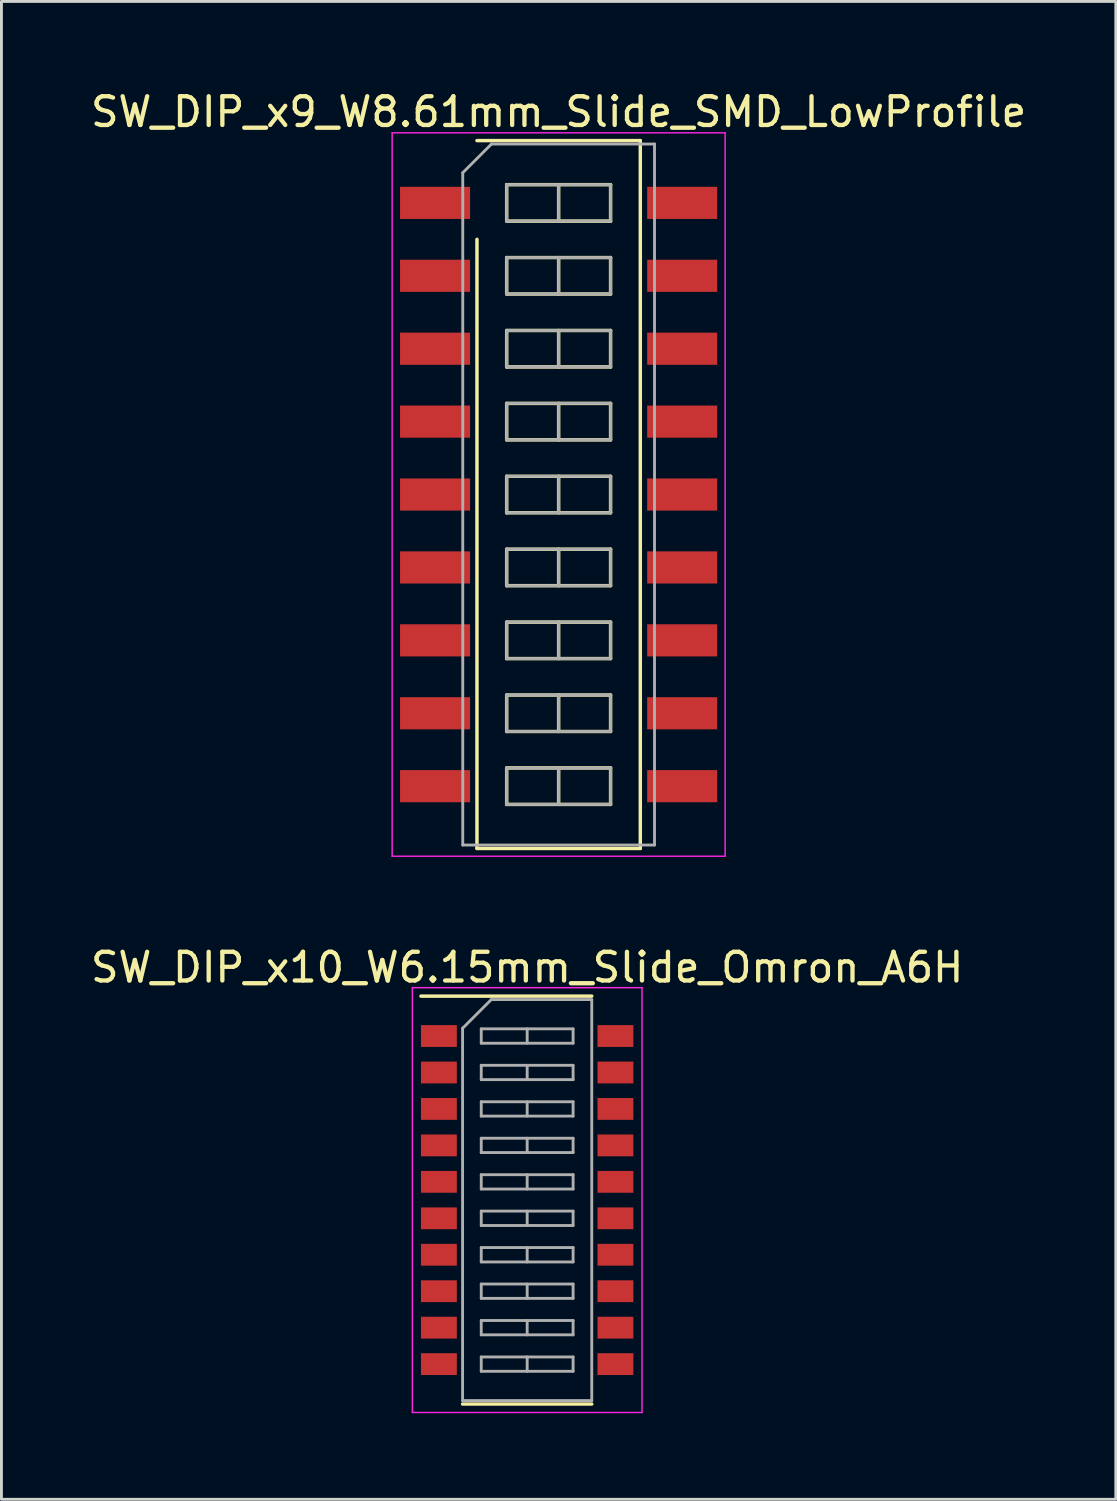
<source format=kicad_pcb>
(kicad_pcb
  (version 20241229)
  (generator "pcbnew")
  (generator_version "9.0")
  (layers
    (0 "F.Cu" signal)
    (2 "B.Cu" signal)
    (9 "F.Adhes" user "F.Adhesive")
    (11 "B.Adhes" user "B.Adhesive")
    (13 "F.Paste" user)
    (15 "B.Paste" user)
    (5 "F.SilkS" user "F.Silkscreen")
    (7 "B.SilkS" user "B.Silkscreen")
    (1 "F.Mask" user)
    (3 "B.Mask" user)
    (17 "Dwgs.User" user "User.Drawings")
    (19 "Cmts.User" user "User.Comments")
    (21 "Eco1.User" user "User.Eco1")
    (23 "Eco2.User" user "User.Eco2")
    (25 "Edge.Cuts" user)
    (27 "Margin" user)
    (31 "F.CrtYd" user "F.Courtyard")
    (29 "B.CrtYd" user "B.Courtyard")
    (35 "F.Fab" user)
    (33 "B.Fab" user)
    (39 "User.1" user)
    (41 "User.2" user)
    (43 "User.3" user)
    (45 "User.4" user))
  (footprint "SW_DIP_x10_W6.15mm_Slide_Omron_A6H"
    (layer "F.Cu")
    (at 15.315 38.757)
    (property "Reference" "SW_DIP_x10_W6.15mm_Slide_Omron_A6H" (at 0 -8.105 0) (layer "F.SilkS") (effects (font (size 1 1) (thickness 0.15))))
    (attr smd)
    (fp_line (start -3.7 -7.105) (end 2.25 -7.105) (stroke (width 0.12) (type solid)) (layer "F.SilkS"))
    (fp_line (start -2.25 7.105) (end 2.25 7.105) (stroke (width 0.12) (type solid)) (layer "F.SilkS"))
    (fp_line (start -4 -7.4) (end -4 7.4) (stroke (width 0.05) (type solid)) (layer "F.CrtYd"))
    (fp_line (start -4 7.4) (end 4 7.4) (stroke (width 0.05) (type solid)) (layer "F.CrtYd"))
    (fp_line (start 4 -7.4) (end -4 -7.4) (stroke (width 0.05) (type solid)) (layer "F.CrtYd"))
    (fp_line (start 4 7.4) (end 4 -7.4) (stroke (width 0.05) (type solid)) (layer "F.CrtYd"))
    (fp_line (start -2.25 -5.985) (end -1.25 -6.985) (stroke (width 0.1) (type solid)) (layer "F.Fab"))
    (fp_line (start -2.25 6.985) (end -2.25 -5.985) (stroke (width 0.1) (type solid)) (layer "F.Fab"))
    (fp_line (start -1.6 -5.965) (end -1.6 -5.465) (stroke (width 0.1) (type solid)) (layer "F.Fab"))
    (fp_line (start -1.6 -5.465) (end 1.6 -5.465) (stroke (width 0.1) (type solid)) (layer "F.Fab"))
    (fp_line (start -1.6 -4.695) (end -1.6 -4.195) (stroke (width 0.1) (type solid)) (layer "F.Fab"))
    (fp_line (start -1.6 -4.195) (end 1.6 -4.195) (stroke (width 0.1) (type solid)) (layer "F.Fab"))
    (fp_line (start -1.6 -3.425) (end -1.6 -2.925) (stroke (width 0.1) (type solid)) (layer "F.Fab"))
    (fp_line (start -1.6 -2.925) (end 1.6 -2.925) (stroke (width 0.1) (type solid)) (layer "F.Fab"))
    (fp_line (start -1.6 -2.155) (end -1.6 -1.655) (stroke (width 0.1) (type solid)) (layer "F.Fab"))
    (fp_line (start -1.6 -1.655) (end 1.6 -1.655) (stroke (width 0.1) (type solid)) (layer "F.Fab"))
    (fp_line (start -1.6 -0.885) (end -1.6 -0.385) (stroke (width 0.1) (type solid)) (layer "F.Fab"))
    (fp_line (start -1.6 -0.385) (end 1.6 -0.385) (stroke (width 0.1) (type solid)) (layer "F.Fab"))
    (fp_line (start -1.6 0.385) (end -1.6 0.885) (stroke (width 0.1) (type solid)) (layer "F.Fab"))
    (fp_line (start -1.6 0.885) (end 1.6 0.885) (stroke (width 0.1) (type solid)) (layer "F.Fab"))
    (fp_line (start -1.6 1.655) (end -1.6 2.155) (stroke (width 0.1) (type solid)) (layer "F.Fab"))
    (fp_line (start -1.6 2.155) (end 1.6 2.155) (stroke (width 0.1) (type solid)) (layer "F.Fab"))
    (fp_line (start -1.6 2.925) (end -1.6 3.425) (stroke (width 0.1) (type solid)) (layer "F.Fab"))
    (fp_line (start -1.6 3.425) (end 1.6 3.425) (stroke (width 0.1) (type solid)) (layer "F.Fab"))
    (fp_line (start -1.6 4.195) (end -1.6 4.695) (stroke (width 0.1) (type solid)) (layer "F.Fab"))
    (fp_line (start -1.6 4.695) (end 1.6 4.695) (stroke (width 0.1) (type solid)) (layer "F.Fab"))
    (fp_line (start -1.6 5.465) (end -1.6 5.965) (stroke (width 0.1) (type solid)) (layer "F.Fab"))
    (fp_line (start -1.6 5.965) (end 1.6 5.965) (stroke (width 0.1) (type solid)) (layer "F.Fab"))
    (fp_line (start -1.25 -6.985) (end 2.25 -6.985) (stroke (width 0.1) (type solid)) (layer "F.Fab"))
    (fp_line (start 0 -5.965) (end 0 -5.465) (stroke (width 0.1) (type solid)) (layer "F.Fab"))
    (fp_line (start 0 -4.695) (end 0 -4.195) (stroke (width 0.1) (type solid)) (layer "F.Fab"))
    (fp_line (start 0 -3.425) (end 0 -2.925) (stroke (width 0.1) (type solid)) (layer "F.Fab"))
    (fp_line (start 0 -2.155) (end 0 -1.655) (stroke (width 0.1) (type solid)) (layer "F.Fab"))
    (fp_line (start 0 -0.885) (end 0 -0.385) (stroke (width 0.1) (type solid)) (layer "F.Fab"))
    (fp_line (start 0 0.385) (end 0 0.885) (stroke (width 0.1) (type solid)) (layer "F.Fab"))
    (fp_line (start 0 1.655) (end 0 2.155) (stroke (width 0.1) (type solid)) (layer "F.Fab"))
    (fp_line (start 0 2.925) (end 0 3.425) (stroke (width 0.1) (type solid)) (layer "F.Fab"))
    (fp_line (start 0 4.195) (end 0 4.695) (stroke (width 0.1) (type solid)) (layer "F.Fab"))
    (fp_line (start 0 5.465) (end 0 5.965) (stroke (width 0.1) (type solid)) (layer "F.Fab"))
    (fp_line (start 1.6 -5.965) (end -1.6 -5.965) (stroke (width 0.1) (type solid)) (layer "F.Fab"))
    (fp_line (start 1.6 -5.465) (end 1.6 -5.965) (stroke (width 0.1) (type solid)) (layer "F.Fab"))
    (fp_line (start 1.6 -4.695) (end -1.6 -4.695) (stroke (width 0.1) (type solid)) (layer "F.Fab"))
    (fp_line (start 1.6 -4.195) (end 1.6 -4.695) (stroke (width 0.1) (type solid)) (layer "F.Fab"))
    (fp_line (start 1.6 -3.425) (end -1.6 -3.425) (stroke (width 0.1) (type solid)) (layer "F.Fab"))
    (fp_line (start 1.6 -2.925) (end 1.6 -3.425) (stroke (width 0.1) (type solid)) (layer "F.Fab"))
    (fp_line (start 1.6 -2.155) (end -1.6 -2.155) (stroke (width 0.1) (type solid)) (layer "F.Fab"))
    (fp_line (start 1.6 -1.655) (end 1.6 -2.155) (stroke (width 0.1) (type solid)) (layer "F.Fab"))
    (fp_line (start 1.6 -0.885) (end -1.6 -0.885) (stroke (width 0.1) (type solid)) (layer "F.Fab"))
    (fp_line (start 1.6 -0.385) (end 1.6 -0.885) (stroke (width 0.1) (type solid)) (layer "F.Fab"))
    (fp_line (start 1.6 0.385) (end -1.6 0.385) (stroke (width 0.1) (type solid)) (layer "F.Fab"))
    (fp_line (start 1.6 0.885) (end 1.6 0.385) (stroke (width 0.1) (type solid)) (layer "F.Fab"))
    (fp_line (start 1.6 1.655) (end -1.6 1.655) (stroke (width 0.1) (type solid)) (layer "F.Fab"))
    (fp_line (start 1.6 2.155) (end 1.6 1.655) (stroke (width 0.1) (type solid)) (layer "F.Fab"))
    (fp_line (start 1.6 2.925) (end -1.6 2.925) (stroke (width 0.1) (type solid)) (layer "F.Fab"))
    (fp_line (start 1.6 3.425) (end 1.6 2.925) (stroke (width 0.1) (type solid)) (layer "F.Fab"))
    (fp_line (start 1.6 4.195) (end -1.6 4.195) (stroke (width 0.1) (type solid)) (layer "F.Fab"))
    (fp_line (start 1.6 4.695) (end 1.6 4.195) (stroke (width 0.1) (type solid)) (layer "F.Fab"))
    (fp_line (start 1.6 5.465) (end -1.6 5.465) (stroke (width 0.1) (type solid)) (layer "F.Fab"))
    (fp_line (start 1.6 5.965) (end 1.6 5.465) (stroke (width 0.1) (type solid)) (layer "F.Fab"))
    (fp_line (start 2.25 -6.985) (end 2.25 6.985) (stroke (width 0.1) (type solid)) (layer "F.Fab"))
    (fp_line (start 2.25 6.985) (end -2.25 6.985) (stroke (width 0.1) (type solid)) (layer "F.Fab"))
    (pad "1" smd rect (at -3.075 -5.715) (size 1.25 0.76) (layers "F.Cu" "F.Mask"))
    (pad "2" smd rect (at -3.075 -4.445) (size 1.25 0.76) (layers "F.Cu" "F.Mask"))
    (pad "3" smd rect (at -3.075 -3.175) (size 1.25 0.76) (layers "F.Cu" "F.Mask"))
    (pad "4" smd rect (at -3.075 -1.905) (size 1.25 0.76) (layers "F.Cu" "F.Mask"))
    (pad "5" smd rect (at -3.075 -0.635) (size 1.25 0.76) (layers "F.Cu" "F.Mask"))
    (pad "6" smd rect (at -3.075 0.635) (size 1.25 0.76) (layers "F.Cu" "F.Mask"))
    (pad "7" smd rect (at -3.075 1.905) (size 1.25 0.76) (layers "F.Cu" "F.Mask"))
    (pad "8" smd rect (at -3.075 3.175) (size 1.25 0.76) (layers "F.Cu" "F.Mask"))
    (pad "9" smd rect (at -3.075 4.445) (size 1.25 0.76) (layers "F.Cu" "F.Mask"))
    (pad "10" smd rect (at -3.075 5.715) (size 1.25 0.76) (layers "F.Cu" "F.Mask"))
    (pad "11" smd rect (at 3.075 5.715) (size 1.25 0.76) (layers "F.Cu" "F.Mask"))
    (pad "12" smd rect (at 3.075 4.445) (size 1.25 0.76) (layers "F.Cu" "F.Mask"))
    (pad "13" smd rect (at 3.075 3.175) (size 1.25 0.76) (layers "F.Cu" "F.Mask"))
    (pad "14" smd rect (at 3.075 1.905) (size 1.25 0.76) (layers "F.Cu" "F.Mask"))
    (pad "15" smd rect (at 3.075 0.635) (size 1.25 0.76) (layers "F.Cu" "F.Mask"))
    (pad "16" smd rect (at 3.075 -0.635) (size 1.25 0.76) (layers "F.Cu" "F.Mask"))
    (pad "17" smd rect (at 3.075 -1.905) (size 1.25 0.76) (layers "F.Cu" "F.Mask"))
    (pad "18" smd rect (at 3.075 -3.175) (size 1.25 0.76) (layers "F.Cu" "F.Mask"))
    (pad "19" smd rect (at 3.075 -4.445) (size 1.25 0.76) (layers "F.Cu" "F.Mask"))
    (pad "20" smd rect (at 3.075 -5.715) (size 1.25 0.76) (layers "F.Cu" "F.Mask")))
  (footprint "SW_DIP_x9_W8.61mm_Slide_SMD_LowProfile"
    (layer "F.Cu")
    (at 16.411 14.178)
    (property "Reference" "SW_DIP_x9_W8.61mm_Slide_SMD_LowProfile" (at 0 -13.33 0) (layer "F.SilkS") (effects (font (size 1 1) (thickness 0.15))))
    (attr smd)
    (fp_line (start -2.845 -12.33) (end 2.845 -12.33) (stroke (width 0.12) (type solid)) (layer "F.SilkS"))
    (fp_line (start -2.845 12.33) (end -2.845 -8.89) (stroke (width 0.12) (type solid)) (layer "F.SilkS"))
    (fp_line (start -1.81 -10.795) (end -1.81 -9.525) (stroke (width 0.12) (type solid)) (layer "F.SilkS"))
    (fp_line (start -1.81 -9.525) (end 1.81 -9.525) (stroke (width 0.12) (type solid)) (layer "F.SilkS"))
    (fp_line (start -1.81 -8.255) (end -1.81 -6.985) (stroke (width 0.12) (type solid)) (layer "F.SilkS"))
    (fp_line (start -1.81 -6.985) (end 1.81 -6.985) (stroke (width 0.12) (type solid)) (layer "F.SilkS"))
    (fp_line (start -1.81 -5.715) (end -1.81 -4.445) (stroke (width 0.12) (type solid)) (layer "F.SilkS"))
    (fp_line (start -1.81 -4.445) (end 1.81 -4.445) (stroke (width 0.12) (type solid)) (layer "F.SilkS"))
    (fp_line (start -1.81 -3.175) (end -1.81 -1.905) (stroke (width 0.12) (type solid)) (layer "F.SilkS"))
    (fp_line (start -1.81 -1.905) (end 1.81 -1.905) (stroke (width 0.12) (type solid)) (layer "F.SilkS"))
    (fp_line (start -1.81 -0.635) (end -1.81 0.635) (stroke (width 0.12) (type solid)) (layer "F.SilkS"))
    (fp_line (start -1.81 0.635) (end 1.81 0.635) (stroke (width 0.12) (type solid)) (layer "F.SilkS"))
    (fp_line (start -1.81 1.905) (end -1.81 3.175) (stroke (width 0.12) (type solid)) (layer "F.SilkS"))
    (fp_line (start -1.81 3.175) (end 1.81 3.175) (stroke (width 0.12) (type solid)) (layer "F.SilkS"))
    (fp_line (start -1.81 4.445) (end -1.81 5.715) (stroke (width 0.12) (type solid)) (layer "F.SilkS"))
    (fp_line (start -1.81 5.715) (end 1.81 5.715) (stroke (width 0.12) (type solid)) (layer "F.SilkS"))
    (fp_line (start -1.81 6.985) (end -1.81 8.255) (stroke (width 0.12) (type solid)) (layer "F.SilkS"))
    (fp_line (start -1.81 8.255) (end 1.81 8.255) (stroke (width 0.12) (type solid)) (layer "F.SilkS"))
    (fp_line (start -1.81 9.525) (end -1.81 10.795) (stroke (width 0.12) (type solid)) (layer "F.SilkS"))
    (fp_line (start -1.81 10.795) (end 1.81 10.795) (stroke (width 0.12) (type solid)) (layer "F.SilkS"))
    (fp_line (start 0 -10.795) (end 0 -9.525) (stroke (width 0.12) (type solid)) (layer "F.SilkS"))
    (fp_line (start 0 -8.255) (end 0 -6.985) (stroke (width 0.12) (type solid)) (layer "F.SilkS"))
    (fp_line (start 0 -5.715) (end 0 -4.445) (stroke (width 0.12) (type solid)) (layer "F.SilkS"))
    (fp_line (start 0 -3.175) (end 0 -1.905) (stroke (width 0.12) (type solid)) (layer "F.SilkS"))
    (fp_line (start 0 -0.635) (end 0 0.635) (stroke (width 0.12) (type solid)) (layer "F.SilkS"))
    (fp_line (start 0 1.905) (end 0 3.175) (stroke (width 0.12) (type solid)) (layer "F.SilkS"))
    (fp_line (start 0 4.445) (end 0 5.715) (stroke (width 0.12) (type solid)) (layer "F.SilkS"))
    (fp_line (start 0 6.985) (end 0 8.255) (stroke (width 0.12) (type solid)) (layer "F.SilkS"))
    (fp_line (start 0 9.525) (end 0 10.795) (stroke (width 0.12) (type solid)) (layer "F.SilkS"))
    (fp_line (start 1.81 -10.795) (end -1.81 -10.795) (stroke (width 0.12) (type solid)) (layer "F.SilkS"))
    (fp_line (start 1.81 -9.525) (end 1.81 -10.795) (stroke (width 0.12) (type solid)) (layer "F.SilkS"))
    (fp_line (start 1.81 -8.255) (end -1.81 -8.255) (stroke (width 0.12) (type solid)) (layer "F.SilkS"))
    (fp_line (start 1.81 -6.985) (end 1.81 -8.255) (stroke (width 0.12) (type solid)) (layer "F.SilkS"))
    (fp_line (start 1.81 -5.715) (end -1.81 -5.715) (stroke (width 0.12) (type solid)) (layer "F.SilkS"))
    (fp_line (start 1.81 -4.445) (end 1.81 -5.715) (stroke (width 0.12) (type solid)) (layer "F.SilkS"))
    (fp_line (start 1.81 -3.175) (end -1.81 -3.175) (stroke (width 0.12) (type solid)) (layer "F.SilkS"))
    (fp_line (start 1.81 -1.905) (end 1.81 -3.175) (stroke (width 0.12) (type solid)) (layer "F.SilkS"))
    (fp_line (start 1.81 -0.635) (end -1.81 -0.635) (stroke (width 0.12) (type solid)) (layer "F.SilkS"))
    (fp_line (start 1.81 0.635) (end 1.81 -0.635) (stroke (width 0.12) (type solid)) (layer "F.SilkS"))
    (fp_line (start 1.81 1.905) (end -1.81 1.905) (stroke (width 0.12) (type solid)) (layer "F.SilkS"))
    (fp_line (start 1.81 3.175) (end 1.81 1.905) (stroke (width 0.12) (type solid)) (layer "F.SilkS"))
    (fp_line (start 1.81 4.445) (end -1.81 4.445) (stroke (width 0.12) (type solid)) (layer "F.SilkS"))
    (fp_line (start 1.81 5.715) (end 1.81 4.445) (stroke (width 0.12) (type solid)) (layer "F.SilkS"))
    (fp_line (start 1.81 6.985) (end -1.81 6.985) (stroke (width 0.12) (type solid)) (layer "F.SilkS"))
    (fp_line (start 1.81 8.255) (end 1.81 6.985) (stroke (width 0.12) (type solid)) (layer "F.SilkS"))
    (fp_line (start 1.81 9.525) (end -1.81 9.525) (stroke (width 0.12) (type solid)) (layer "F.SilkS"))
    (fp_line (start 1.81 10.795) (end 1.81 9.525) (stroke (width 0.12) (type solid)) (layer "F.SilkS"))
    (fp_line (start 2.845 -12.33) (end 2.845 12.33) (stroke (width 0.12) (type solid)) (layer "F.SilkS"))
    (fp_line (start 2.845 12.33) (end -2.845 12.33) (stroke (width 0.12) (type solid)) (layer "F.SilkS"))
    (fp_line (start -5.8 -12.6) (end -5.8 12.6) (stroke (width 0.05) (type solid)) (layer "F.CrtYd"))
    (fp_line (start -5.8 12.6) (end 5.8 12.6) (stroke (width 0.05) (type solid)) (layer "F.CrtYd"))
    (fp_line (start 5.8 -12.6) (end -5.8 -12.6) (stroke (width 0.05) (type solid)) (layer "F.CrtYd"))
    (fp_line (start 5.8 12.6) (end 5.8 -12.6) (stroke (width 0.05) (type solid)) (layer "F.CrtYd"))
    (fp_line (start -3.34 -11.21) (end -2.34 -12.21) (stroke (width 0.1) (type solid)) (layer "F.Fab"))
    (fp_line (start -3.34 12.21) (end -3.34 -11.21) (stroke (width 0.1) (type solid)) (layer "F.Fab"))
    (fp_line (start -2.34 -12.21) (end 3.34 -12.21) (stroke (width 0.1) (type solid)) (layer "F.Fab"))
    (fp_line (start -1.81 -10.795) (end -1.81 -9.525) (stroke (width 0.1) (type solid)) (layer "F.Fab"))
    (fp_line (start -1.81 -9.525) (end 1.81 -9.525) (stroke (width 0.1) (type solid)) (layer "F.Fab"))
    (fp_line (start -1.81 -8.255) (end -1.81 -6.985) (stroke (width 0.1) (type solid)) (layer "F.Fab"))
    (fp_line (start -1.81 -6.985) (end 1.81 -6.985) (stroke (width 0.1) (type solid)) (layer "F.Fab"))
    (fp_line (start -1.81 -5.715) (end -1.81 -4.445) (stroke (width 0.1) (type solid)) (layer "F.Fab"))
    (fp_line (start -1.81 -4.445) (end 1.81 -4.445) (stroke (width 0.1) (type solid)) (layer "F.Fab"))
    (fp_line (start -1.81 -3.175) (end -1.81 -1.905) (stroke (width 0.1) (type solid)) (layer "F.Fab"))
    (fp_line (start -1.81 -1.905) (end 1.81 -1.905) (stroke (width 0.1) (type solid)) (layer "F.Fab"))
    (fp_line (start -1.81 -0.635) (end -1.81 0.635) (stroke (width 0.1) (type solid)) (layer "F.Fab"))
    (fp_line (start -1.81 0.635) (end 1.81 0.635) (stroke (width 0.1) (type solid)) (layer "F.Fab"))
    (fp_line (start -1.81 1.905) (end -1.81 3.175) (stroke (width 0.1) (type solid)) (layer "F.Fab"))
    (fp_line (start -1.81 3.175) (end 1.81 3.175) (stroke (width 0.1) (type solid)) (layer "F.Fab"))
    (fp_line (start -1.81 4.445) (end -1.81 5.715) (stroke (width 0.1) (type solid)) (layer "F.Fab"))
    (fp_line (start -1.81 5.715) (end 1.81 5.715) (stroke (width 0.1) (type solid)) (layer "F.Fab"))
    (fp_line (start -1.81 6.985) (end -1.81 8.255) (stroke (width 0.1) (type solid)) (layer "F.Fab"))
    (fp_line (start -1.81 8.255) (end 1.81 8.255) (stroke (width 0.1) (type solid)) (layer "F.Fab"))
    (fp_line (start -1.81 9.525) (end -1.81 10.795) (stroke (width 0.1) (type solid)) (layer "F.Fab"))
    (fp_line (start -1.81 10.795) (end 1.81 10.795) (stroke (width 0.1) (type solid)) (layer "F.Fab"))
    (fp_line (start 0 -10.795) (end 0 -9.525) (stroke (width 0.1) (type solid)) (layer "F.Fab"))
    (fp_line (start 0 -8.255) (end 0 -6.985) (stroke (width 0.1) (type solid)) (layer "F.Fab"))
    (fp_line (start 0 -5.715) (end 0 -4.445) (stroke (width 0.1) (type solid)) (layer "F.Fab"))
    (fp_line (start 0 -3.175) (end 0 -1.905) (stroke (width 0.1) (type solid)) (layer "F.Fab"))
    (fp_line (start 0 -0.635) (end 0 0.635) (stroke (width 0.1) (type solid)) (layer "F.Fab"))
    (fp_line (start 0 1.905) (end 0 3.175) (stroke (width 0.1) (type solid)) (layer "F.Fab"))
    (fp_line (start 0 4.445) (end 0 5.715) (stroke (width 0.1) (type solid)) (layer "F.Fab"))
    (fp_line (start 0 6.985) (end 0 8.255) (stroke (width 0.1) (type solid)) (layer "F.Fab"))
    (fp_line (start 0 9.525) (end 0 10.795) (stroke (width 0.1) (type solid)) (layer "F.Fab"))
    (fp_line (start 1.81 -10.795) (end -1.81 -10.795) (stroke (width 0.1) (type solid)) (layer "F.Fab"))
    (fp_line (start 1.81 -9.525) (end 1.81 -10.795) (stroke (width 0.1) (type solid)) (layer "F.Fab"))
    (fp_line (start 1.81 -8.255) (end -1.81 -8.255) (stroke (width 0.1) (type solid)) (layer "F.Fab"))
    (fp_line (start 1.81 -6.985) (end 1.81 -8.255) (stroke (width 0.1) (type solid)) (layer "F.Fab"))
    (fp_line (start 1.81 -5.715) (end -1.81 -5.715) (stroke (width 0.1) (type solid)) (layer "F.Fab"))
    (fp_line (start 1.81 -4.445) (end 1.81 -5.715) (stroke (width 0.1) (type solid)) (layer "F.Fab"))
    (fp_line (start 1.81 -3.175) (end -1.81 -3.175) (stroke (width 0.1) (type solid)) (layer "F.Fab"))
    (fp_line (start 1.81 -1.905) (end 1.81 -3.175) (stroke (width 0.1) (type solid)) (layer "F.Fab"))
    (fp_line (start 1.81 -0.635) (end -1.81 -0.635) (stroke (width 0.1) (type solid)) (layer "F.Fab"))
    (fp_line (start 1.81 0.635) (end 1.81 -0.635) (stroke (width 0.1) (type solid)) (layer "F.Fab"))
    (fp_line (start 1.81 1.905) (end -1.81 1.905) (stroke (width 0.1) (type solid)) (layer "F.Fab"))
    (fp_line (start 1.81 3.175) (end 1.81 1.905) (stroke (width 0.1) (type solid)) (layer "F.Fab"))
    (fp_line (start 1.81 4.445) (end -1.81 4.445) (stroke (width 0.1) (type solid)) (layer "F.Fab"))
    (fp_line (start 1.81 5.715) (end 1.81 4.445) (stroke (width 0.1) (type solid)) (layer "F.Fab"))
    (fp_line (start 1.81 6.985) (end -1.81 6.985) (stroke (width 0.1) (type solid)) (layer "F.Fab"))
    (fp_line (start 1.81 8.255) (end 1.81 6.985) (stroke (width 0.1) (type solid)) (layer "F.Fab"))
    (fp_line (start 1.81 9.525) (end -1.81 9.525) (stroke (width 0.1) (type solid)) (layer "F.Fab"))
    (fp_line (start 1.81 10.795) (end 1.81 9.525) (stroke (width 0.1) (type solid)) (layer "F.Fab"))
    (fp_line (start 3.34 -12.21) (end 3.34 12.21) (stroke (width 0.1) (type solid)) (layer "F.Fab"))
    (fp_line (start 3.34 12.21) (end -3.34 12.21) (stroke (width 0.1) (type solid)) (layer "F.Fab"))
    (pad "1" smd rect (at -4.305 -10.16) (size 2.44 1.12) (layers "F.Cu" "F.Mask"))
    (pad "2" smd rect (at -4.305 -7.62) (size 2.44 1.12) (layers "F.Cu" "F.Mask"))
    (pad "3" smd rect (at -4.305 -5.08) (size 2.44 1.12) (layers "F.Cu" "F.Mask"))
    (pad "4" smd rect (at -4.305 -2.54) (size 2.44 1.12) (layers "F.Cu" "F.Mask"))
    (pad "5" smd rect (at -4.305 0) (size 2.44 1.12) (layers "F.Cu" "F.Mask"))
    (pad "6" smd rect (at -4.305 2.54) (size 2.44 1.12) (layers "F.Cu" "F.Mask"))
    (pad "7" smd rect (at -4.305 5.08) (size 2.44 1.12) (layers "F.Cu" "F.Mask"))
    (pad "8" smd rect (at -4.305 7.62) (size 2.44 1.12) (layers "F.Cu" "F.Mask"))
    (pad "9" smd rect (at -4.305 10.16) (size 2.44 1.12) (layers "F.Cu" "F.Mask"))
    (pad "10" smd rect (at 4.305 10.16) (size 2.44 1.12) (layers "F.Cu" "F.Mask"))
    (pad "11" smd rect (at 4.305 7.62) (size 2.44 1.12) (layers "F.Cu" "F.Mask"))
    (pad "12" smd rect (at 4.305 5.08) (size 2.44 1.12) (layers "F.Cu" "F.Mask"))
    (pad "13" smd rect (at 4.305 2.54) (size 2.44 1.12) (layers "F.Cu" "F.Mask"))
    (pad "14" smd rect (at 4.305 0) (size 2.44 1.12) (layers "F.Cu" "F.Mask"))
    (pad "15" smd rect (at 4.305 -2.54) (size 2.44 1.12) (layers "F.Cu" "F.Mask"))
    (pad "16" smd rect (at 4.305 -5.08) (size 2.44 1.12) (layers "F.Cu" "F.Mask"))
    (pad "17" smd rect (at 4.305 -7.62) (size 2.44 1.12) (layers "F.Cu" "F.Mask"))
    (pad "18" smd rect (at 4.305 -10.16) (size 2.44 1.12) (layers "F.Cu" "F.Mask")))
  (gr_rect
    (start -3 -3)
    (end 35.821 49.181)
    (stroke (width 0.1) (type default))
    (fill no)
    (layer "Edge.Cuts")))
</source>
